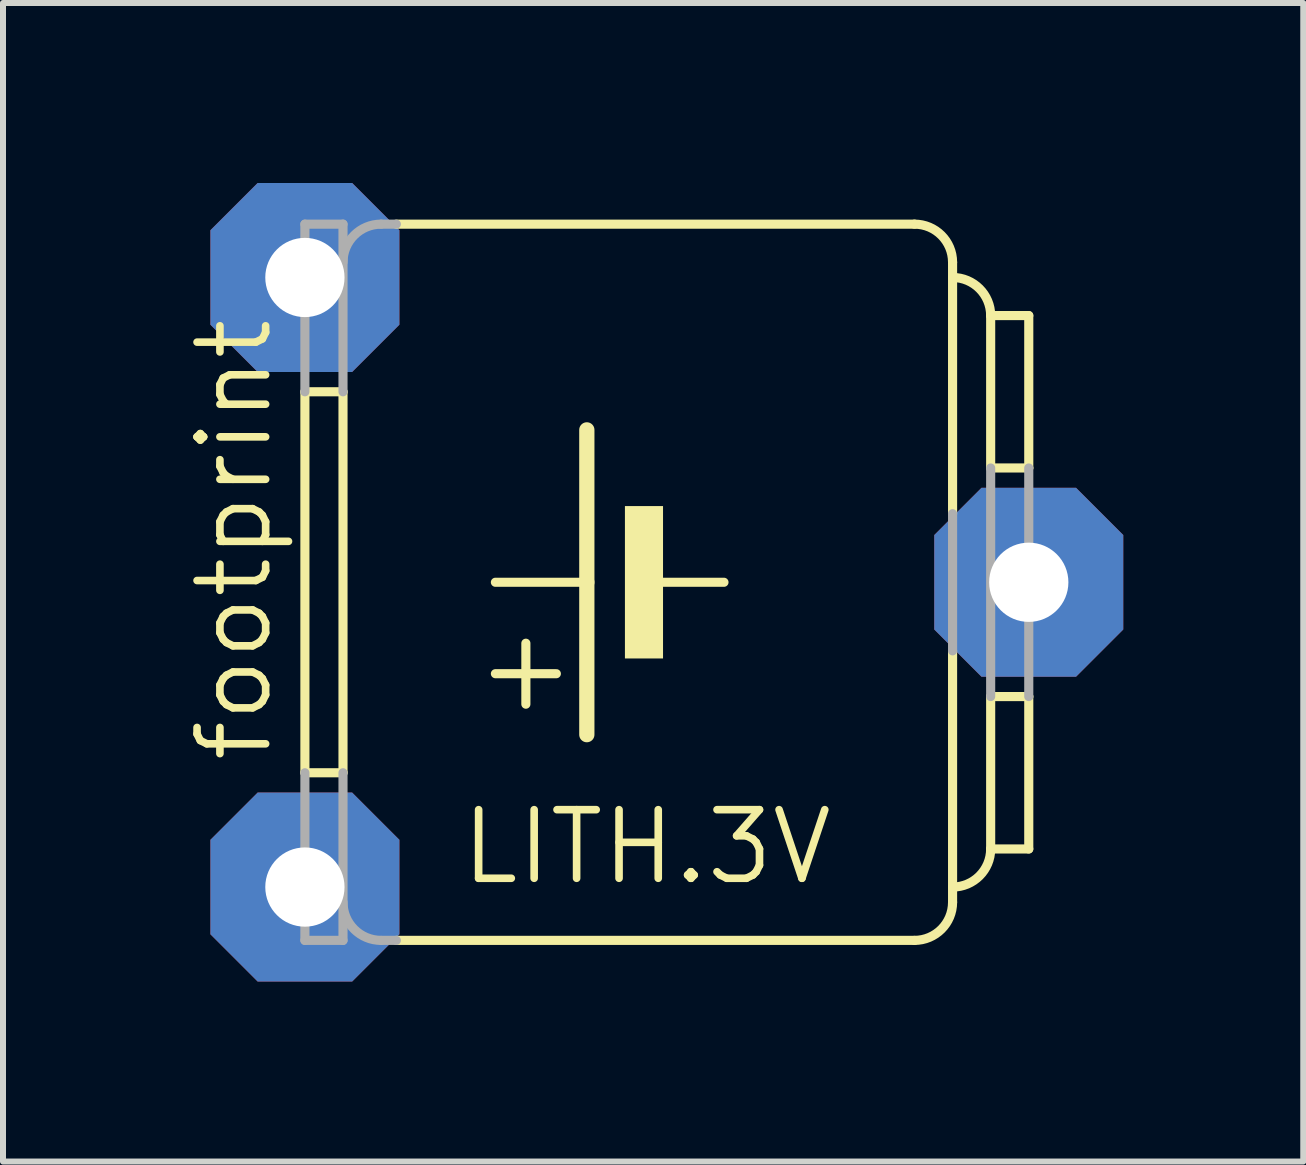
<source format=kicad_pcb>
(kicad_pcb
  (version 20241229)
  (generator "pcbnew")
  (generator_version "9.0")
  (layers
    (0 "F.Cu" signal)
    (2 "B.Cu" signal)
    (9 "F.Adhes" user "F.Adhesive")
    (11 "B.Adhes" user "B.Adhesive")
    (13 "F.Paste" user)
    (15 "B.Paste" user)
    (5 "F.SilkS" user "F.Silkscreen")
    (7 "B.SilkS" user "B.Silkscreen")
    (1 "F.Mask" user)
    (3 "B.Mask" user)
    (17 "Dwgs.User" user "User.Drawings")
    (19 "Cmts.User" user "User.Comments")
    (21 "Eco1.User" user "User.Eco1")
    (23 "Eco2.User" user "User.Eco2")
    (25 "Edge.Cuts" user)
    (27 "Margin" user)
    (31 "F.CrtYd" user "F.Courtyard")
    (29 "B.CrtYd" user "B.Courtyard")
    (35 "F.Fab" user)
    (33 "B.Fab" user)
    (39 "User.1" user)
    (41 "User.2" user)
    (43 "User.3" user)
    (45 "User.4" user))
  (footprint "footprint"
    (layer "F.Cu")
    (at 7.112 6.655)
    (property "Reference" "footprint" (at -5.588 3.048 90) (layer "F.SilkS") (effects (font (size 1.143 1.143) (thickness 0.127)) (justify left bottom)))
    (fp_line (start -5.08 3.175) (end -5.08 -3.175) (stroke (width 0.152) (type solid)) (layer "F.SilkS"))
    (fp_line (start -4.445 -3.175) (end -5.08 -3.175) (stroke (width 0.152) (type solid)) (layer "F.SilkS"))
    (fp_line (start -4.445 3.175) (end -5.08 3.175) (stroke (width 0.152) (type solid)) (layer "F.SilkS"))
    (fp_line (start -4.445 3.175) (end -4.445 -3.175) (stroke (width 0.152) (type solid)) (layer "F.SilkS"))
    (fp_line (start -3.556 -5.969) (end 5.08 -5.969) (stroke (width 0.152) (type solid)) (layer "F.SilkS"))
    (fp_line (start -3.556 5.969) (end 5.08 5.969) (stroke (width 0.152) (type solid)) (layer "F.SilkS"))
    (fp_line (start -1.397 2.032) (end -1.397 1.016) (stroke (width 0.152) (type solid)) (layer "F.SilkS"))
    (fp_line (start -0.889 1.524) (end -1.905 1.524) (stroke (width 0.152) (type solid)) (layer "F.SilkS"))
    (fp_line (start -0.381 0) (end -1.905 0) (stroke (width 0.152) (type solid)) (layer "F.SilkS"))
    (fp_line (start -0.381 0) (end -0.381 -2.54) (stroke (width 0.254) (type solid)) (layer "F.SilkS"))
    (fp_line (start -0.381 2.54) (end -0.381 0) (stroke (width 0.254) (type solid)) (layer "F.SilkS"))
    (fp_line (start 1.905 0) (end 0.889 0) (stroke (width 0.152) (type solid)) (layer "F.SilkS"))
    (fp_line (start 5.715 -1.143) (end 5.715 -5.334) (stroke (width 0.152) (type solid)) (layer "F.SilkS"))
    (fp_line (start 5.715 5.334) (end 5.715 1.143) (stroke (width 0.152) (type solid)) (layer "F.SilkS"))
    (fp_line (start 6.35 -1.905) (end 6.35 -4.445) (stroke (width 0.152) (type solid)) (layer "F.SilkS"))
    (fp_line (start 6.35 1.905) (end 6.35 4.445) (stroke (width 0.152) (type solid)) (layer "F.SilkS"))
    (fp_line (start 6.985 -4.445) (end 6.35 -4.445) (stroke (width 0.152) (type solid)) (layer "F.SilkS"))
    (fp_line (start 6.985 -1.905) (end 6.35 -1.905) (stroke (width 0.152) (type solid)) (layer "F.SilkS"))
    (fp_line (start 6.985 -1.905) (end 6.985 -4.445) (stroke (width 0.152) (type solid)) (layer "F.SilkS"))
    (fp_line (start 6.985 1.905) (end 6.35 1.905) (stroke (width 0.152) (type solid)) (layer "F.SilkS"))
    (fp_line (start 6.985 1.905) (end 6.985 4.445) (stroke (width 0.152) (type solid)) (layer "F.SilkS"))
    (fp_line (start 6.985 4.445) (end 6.35 4.445) (stroke (width 0.152) (type solid)) (layer "F.SilkS"))
    (fp_arc (start 5.08 -5.969) (mid 5.529013 -5.783013) (end 5.715 -5.334) (stroke (width 0.1524) (type solid)) (layer "F.SilkS"))
    (fp_arc (start 5.715 -5.08) (mid 6.164013 -4.894013) (end 6.35 -4.445) (stroke (width 0.1524) (type solid)) (layer "F.SilkS"))
    (fp_arc (start 5.715 5.334) (mid 5.529013 5.783013) (end 5.08 5.969) (stroke (width 0.1524) (type solid)) (layer "F.SilkS"))
    (fp_arc (start 6.35 4.445) (mid 6.164013 4.894013) (end 5.715 5.08) (stroke (width 0.1524) (type solid)) (layer "F.SilkS"))
    (fp_poly (pts (xy 0.254 1.27) (xy 0.889 1.27) (xy 0.889 -1.27) (xy 0.254 -1.27)) (stroke (width 0) (type solid)) (fill yes) (layer "F.SilkS"))
    (fp_line (start -5.08 -3.175) (end -5.08 -5.969) (stroke (width 0.152) (type solid)) (layer "F.Fab"))
    (fp_line (start -5.08 5.969) (end -5.08 3.175) (stroke (width 0.152) (type solid)) (layer "F.Fab"))
    (fp_line (start -4.445 -5.969) (end -5.08 -5.969) (stroke (width 0.152) (type solid)) (layer "F.Fab"))
    (fp_line (start -4.445 -3.175) (end -4.445 -5.969) (stroke (width 0.152) (type solid)) (layer "F.Fab"))
    (fp_line (start -4.445 5.969) (end -5.08 5.969) (stroke (width 0.152) (type solid)) (layer "F.Fab"))
    (fp_line (start -4.445 5.969) (end -4.445 3.175) (stroke (width 0.152) (type solid)) (layer "F.Fab"))
    (fp_line (start -3.81 -5.969) (end -3.556 -5.969) (stroke (width 0.152) (type solid)) (layer "F.Fab"))
    (fp_line (start -3.81 5.969) (end -3.556 5.969) (stroke (width 0.152) (type solid)) (layer "F.Fab"))
    (fp_line (start 5.715 -1.143) (end 5.715 1.143) (stroke (width 0.152) (type solid)) (layer "F.Fab"))
    (fp_line (start 6.35 1.905) (end 6.35 -1.905) (stroke (width 0.152) (type solid)) (layer "F.Fab"))
    (fp_line (start 6.985 1.905) (end 6.985 -1.905) (stroke (width 0.152) (type solid)) (layer "F.Fab"))
    (fp_arc (start -4.445 -5.334) (mid -4.259013 -5.783013) (end -3.81 -5.969) (stroke (width 0.1524) (type solid)) (layer "F.Fab"))
    (fp_arc (start -3.81 5.969) (mid -4.259013 5.783013) (end -4.445 5.334) (stroke (width 0.1524) (type solid)) (layer "F.Fab"))
    (fp_text user "LITH.3V" (at -2.54 5.08 0) (layer "F.SilkS") (effects (font (size 1.143 1.143) (thickness 0.127)) (justify left bottom)))
    (pad "+" thru_hole roundrect (at -5.08 5.08) (size 3.15 3.15) (drill 1.321) (layers "*.Cu" "*.Mask") (roundrect_rratio 0.25) (chamfer_ratio 0.25) (chamfer top_left top_right bottom_left bottom_right))
    (pad "+@1" thru_hole roundrect (at -5.08 -5.08) (size 3.15 3.15) (drill 1.321) (layers "*.Cu" "*.Mask") (roundrect_rratio 0.25) (chamfer_ratio 0.25) (chamfer top_left top_right bottom_left bottom_right))
    (pad "-" thru_hole roundrect (at 6.985 0) (size 3.15 3.15) (drill 1.321) (layers "*.Cu" "*.Mask") (roundrect_rratio 0.25) (chamfer_ratio 0.25) (chamfer top_left top_right bottom_left bottom_right)))
  (gr_rect
    (start -3 -3)
    (end 18.672 16.31)
    (stroke (width 0.1) (type default))
    (fill no)
    (layer "Edge.Cuts")))
</source>
